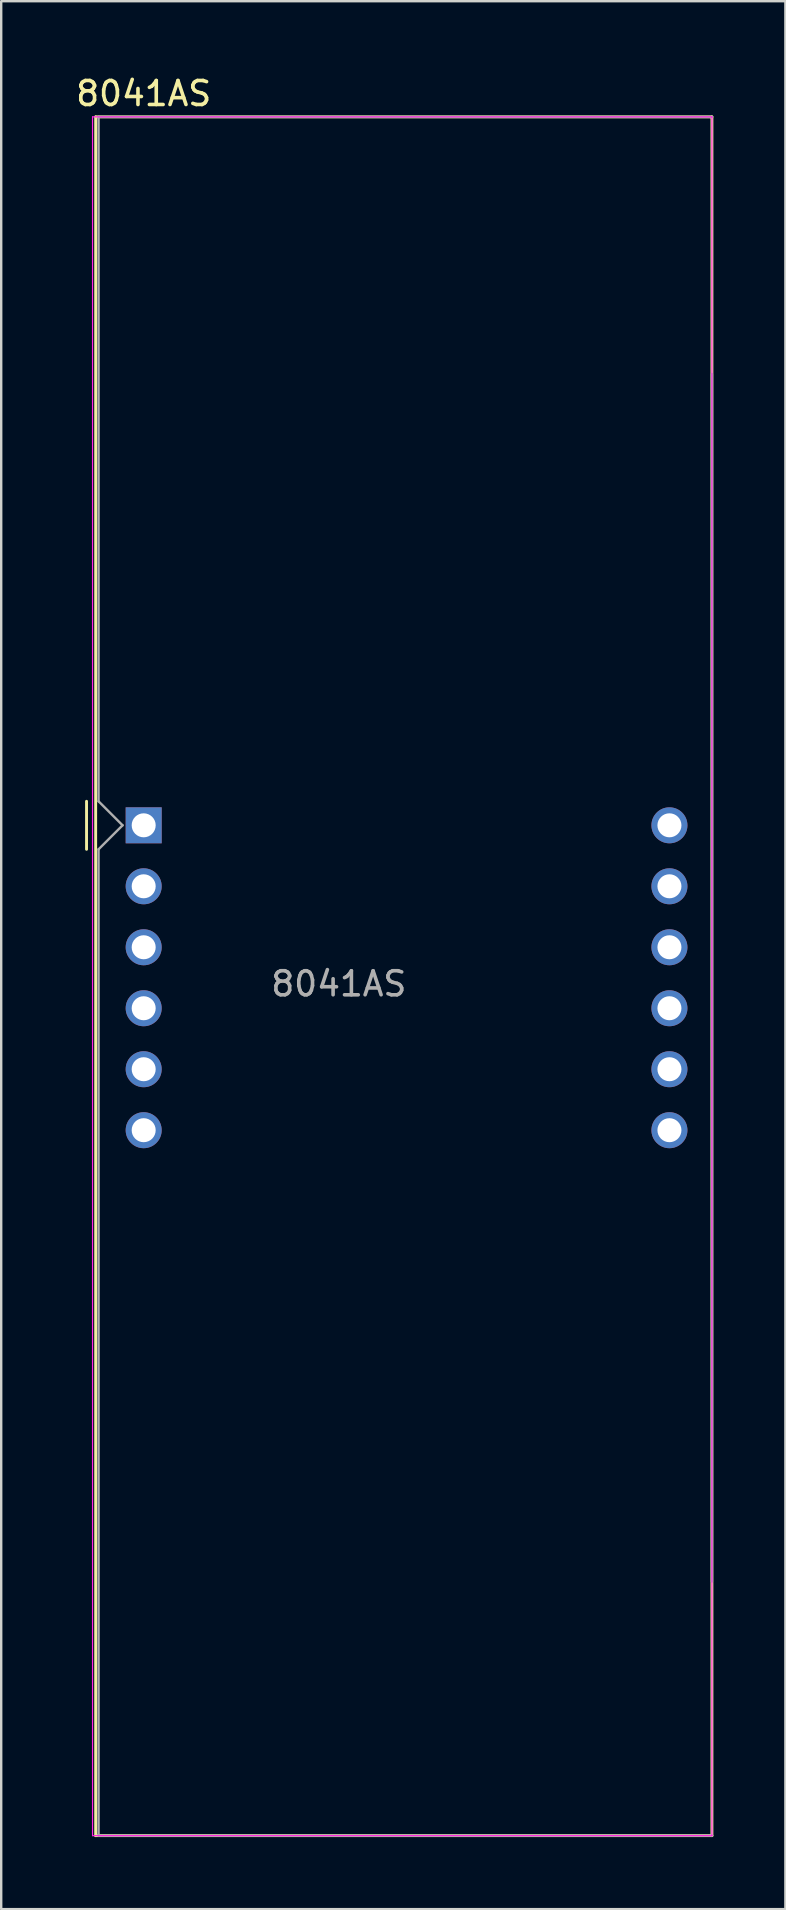
<source format=kicad_pcb>
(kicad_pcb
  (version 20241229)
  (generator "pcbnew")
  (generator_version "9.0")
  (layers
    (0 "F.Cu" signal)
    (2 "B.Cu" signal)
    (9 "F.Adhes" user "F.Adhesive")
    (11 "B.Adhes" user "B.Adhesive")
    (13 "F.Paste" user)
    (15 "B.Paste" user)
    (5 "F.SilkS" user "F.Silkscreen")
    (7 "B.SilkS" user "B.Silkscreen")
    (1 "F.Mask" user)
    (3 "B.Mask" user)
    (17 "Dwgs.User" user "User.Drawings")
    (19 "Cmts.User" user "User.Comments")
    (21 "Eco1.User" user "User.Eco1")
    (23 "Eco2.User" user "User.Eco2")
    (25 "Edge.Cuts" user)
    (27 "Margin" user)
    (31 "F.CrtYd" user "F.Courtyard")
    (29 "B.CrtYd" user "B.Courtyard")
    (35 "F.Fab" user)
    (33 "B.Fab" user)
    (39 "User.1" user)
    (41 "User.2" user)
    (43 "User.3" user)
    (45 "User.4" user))
  (footprint "8041AS"
    (layer "F.Cu")
    (at 2.935 31.328)
    (property "Reference" "8041AS" (at 0 -30.48 0) (layer "F.SilkS") (effects (font (size 1 1) (thickness 0.15))))
    (attr through_hole)
    (fp_line (start -2.38 -1) (end -2.38 1) (stroke (width 0.12) (type solid)) (layer "F.SilkS"))
    (fp_line (start -2 -29.51) (end -2 42.085) (stroke (width 0.12) (type solid)) (layer "F.SilkS"))
    (fp_line (start -2 -29.51) (end 23.67 -29.51) (stroke (width 0.12) (type solid)) (layer "F.SilkS"))
    (fp_line (start -2 42.085) (end 23.67 42.085) (stroke (width 0.12) (type solid)) (layer "F.SilkS"))
    (fp_line (start 23.67 42.085) (end 23.67 -29.51) (stroke (width 0.12) (type solid)) (layer "F.SilkS"))
    (fp_line (start -2.13 -29.51) (end 23.67 -29.51) (stroke (width 0.05) (type solid)) (layer "F.CrtYd"))
    (fp_line (start -2.13 42.085) (end -2.13 -29.51) (stroke (width 0.05) (type solid)) (layer "F.CrtYd"))
    (fp_line (start 23.67 -29.51) (end 23.67 42.085) (stroke (width 0.05) (type solid)) (layer "F.CrtYd"))
    (fp_line (start 23.67 42.085) (end -2.13 42.085) (stroke (width 0.05) (type solid)) (layer "F.CrtYd"))
    (fp_line (start -1.88 -29.51) (end 23.67 -29.51) (stroke (width 0.1) (type solid)) (layer "F.Fab"))
    (fp_line (start -1.88 -1) (end -1.88 -29.51) (stroke (width 0.1) (type solid)) (layer "F.Fab"))
    (fp_line (start -1.88 1) (end -1.88 42.085) (stroke (width 0.1) (type solid)) (layer "F.Fab"))
    (fp_line (start -1.88 1) (end -0.88 0) (stroke (width 0.1) (type solid)) (layer "F.Fab"))
    (fp_line (start -1.88 42.085) (end 23.67 42.085) (stroke (width 0.1) (type solid)) (layer "F.Fab"))
    (fp_line (start -0.88 0) (end -1.88 -1) (stroke (width 0.1) (type solid)) (layer "F.Fab"))
    (fp_line (start 23.67 -18.8) (end 23.67 31.5) (stroke (width 0.1) (type solid)) (layer "F.Fab"))
    (fp_text user "${REFERENCE}" (at 8.128 6.604 0) (layer "F.Fab") (effects (font (size 1 1) (thickness 0.15))))
    (pad "1" thru_hole rect (at 0 0) (size 1.5 1.5) (drill 1) (layers "*.Cu" "*.Mask"))
    (pad "2" thru_hole circle (at 0 2.54) (size 1.5 1.5) (drill 1) (layers "*.Cu" "*.Mask"))
    (pad "3" thru_hole circle (at 0 5.08) (size 1.5 1.5) (drill 1) (layers "*.Cu" "*.Mask"))
    (pad "4" thru_hole circle (at 0 7.62) (size 1.5 1.5) (drill 1) (layers "*.Cu" "*.Mask"))
    (pad "5" thru_hole circle (at 0 10.16) (size 1.5 1.5) (drill 1) (layers "*.Cu" "*.Mask"))
    (pad "6" thru_hole circle (at 0 12.7) (size 1.5 1.5) (drill 1) (layers "*.Cu" "*.Mask"))
    (pad "7" thru_hole circle (at 21.9 12.7) (size 1.5 1.5) (drill 1) (layers "*.Cu" "*.Mask"))
    (pad "8" thru_hole circle (at 21.9 10.16) (size 1.5 1.5) (drill 1) (layers "*.Cu" "*.Mask"))
    (pad "9" thru_hole circle (at 21.9 7.62) (size 1.5 1.5) (drill 1) (layers "*.Cu" "*.Mask"))
    (pad "10" thru_hole circle (at 21.9 5.08) (size 1.5 1.5) (drill 1) (layers "*.Cu" "*.Mask"))
    (pad "11" thru_hole circle (at 21.9 2.54) (size 1.5 1.5) (drill 1) (layers "*.Cu" "*.Mask"))
    (pad "12" thru_hole circle (at 21.9 0) (size 1.5 1.5) (drill 1) (layers "*.Cu" "*.Mask")))
  (gr_rect
    (start -3 -3)
    (end 29.665 76.473)
    (stroke (width 0.1) (type default))
    (fill no)
    (layer "Edge.Cuts")))
</source>
